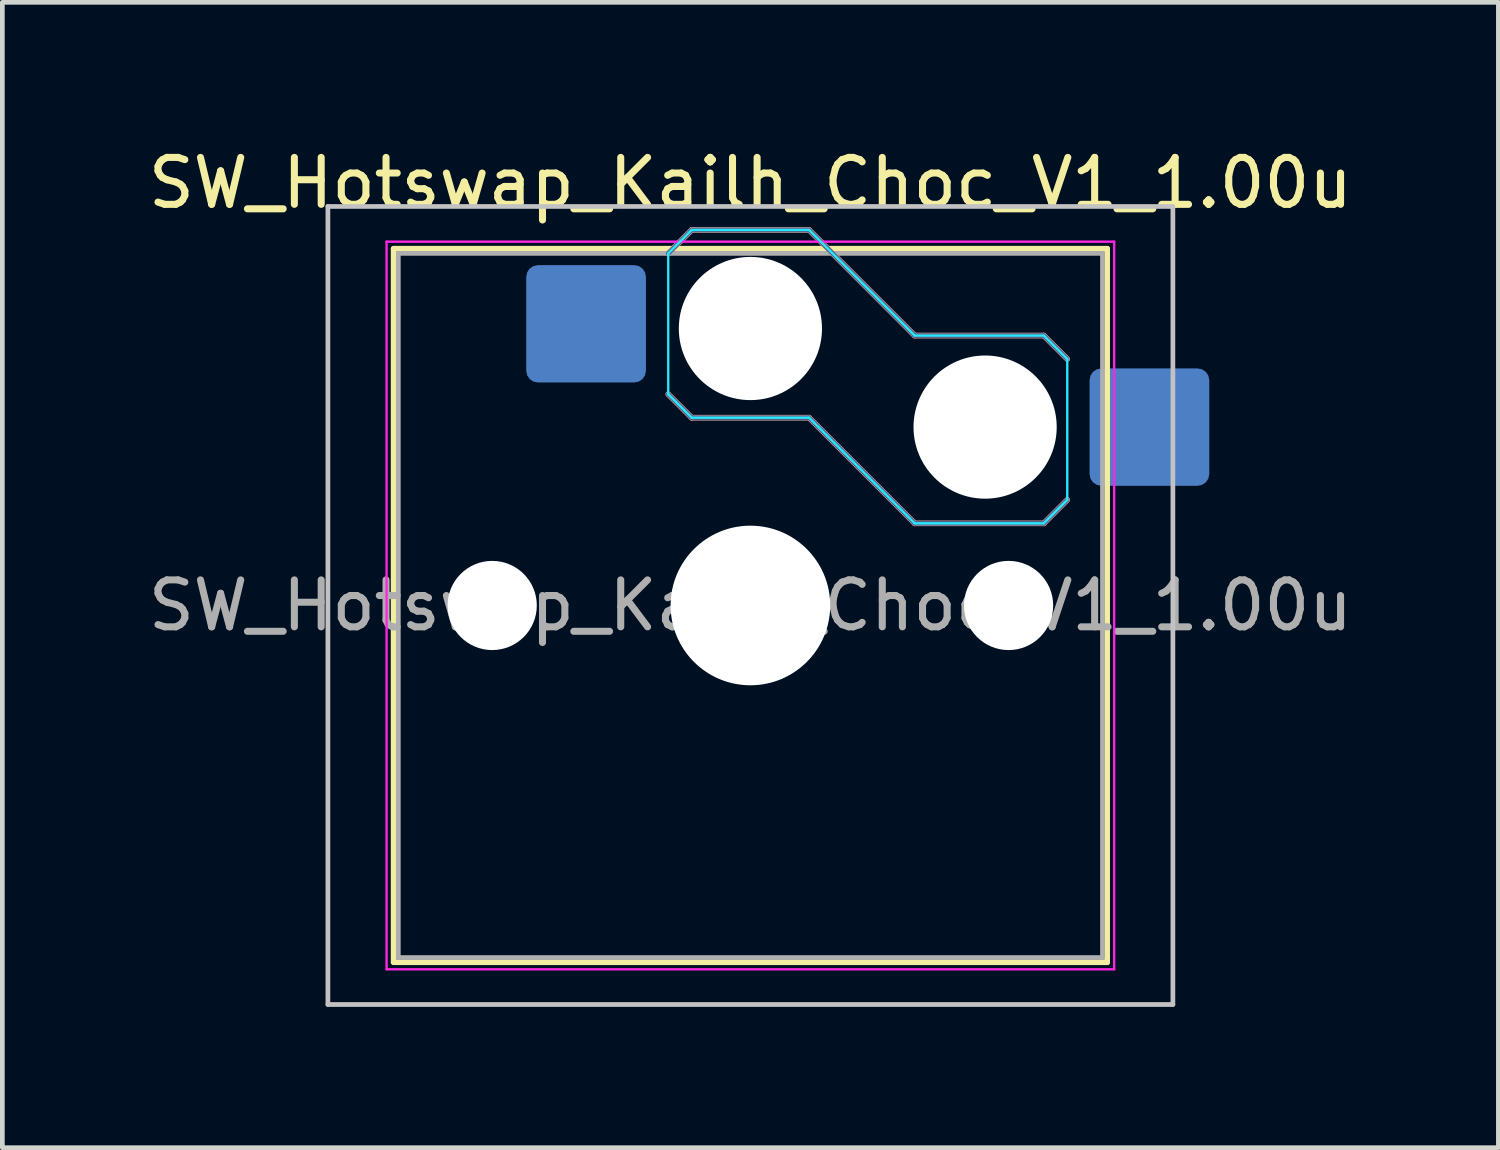
<source format=kicad_pcb>
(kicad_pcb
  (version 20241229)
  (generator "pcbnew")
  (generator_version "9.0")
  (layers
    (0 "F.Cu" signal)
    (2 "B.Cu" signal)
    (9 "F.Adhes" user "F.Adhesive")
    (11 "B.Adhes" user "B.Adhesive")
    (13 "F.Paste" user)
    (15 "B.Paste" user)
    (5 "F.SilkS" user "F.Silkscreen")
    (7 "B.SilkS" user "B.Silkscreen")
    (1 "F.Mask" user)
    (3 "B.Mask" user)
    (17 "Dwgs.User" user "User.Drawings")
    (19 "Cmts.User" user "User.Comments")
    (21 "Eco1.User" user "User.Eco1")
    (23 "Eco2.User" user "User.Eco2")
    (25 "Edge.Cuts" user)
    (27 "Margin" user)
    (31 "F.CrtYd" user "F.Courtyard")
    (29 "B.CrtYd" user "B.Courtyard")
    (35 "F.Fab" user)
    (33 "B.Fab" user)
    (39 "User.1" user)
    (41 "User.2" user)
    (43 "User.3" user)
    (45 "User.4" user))
  (footprint "SW_Hotswap_Kailh_Choc_V1_1.00u"
    (layer "F.Cu")
    (at 12.935 9.848)
    (property "Reference" "SW_Hotswap_Kailh_Choc_V1_1.00u" (at 0 -9 0) (layer "F.SilkS") (effects (font (size 1 1) (thickness 0.15))))
    (attr smd)
    (fp_line (start -7.6 -7.6) (end -7.6 7.6) (stroke (width 0.12) (type solid)) (layer "F.SilkS"))
    (fp_line (start -7.6 7.6) (end 7.6 7.6) (stroke (width 0.12) (type solid)) (layer "F.SilkS"))
    (fp_line (start 7.6 -7.6) (end -7.6 -7.6) (stroke (width 0.12) (type solid)) (layer "F.SilkS"))
    (fp_line (start 7.6 7.6) (end 7.6 -7.6) (stroke (width 0.12) (type solid)) (layer "F.SilkS"))
    (fp_line (start -1.75 -7.5) (end -1.25 -8) (stroke (width 0.12) (type solid)) (layer "B.SilkS"))
    (fp_line (start -1.25 -8) (end 1.25 -8) (stroke (width 0.12) (type solid)) (layer "B.SilkS"))
    (fp_line (start -1.25 -4) (end -1.75 -4.5) (stroke (width 0.12) (type solid)) (layer "B.SilkS"))
    (fp_line (start 1.25 -8) (end 3.5 -5.75) (stroke (width 0.12) (type solid)) (layer "B.SilkS"))
    (fp_line (start 1.25 -4) (end -1.25 -4) (stroke (width 0.12) (type solid)) (layer "B.SilkS"))
    (fp_line (start 3.5 -5.75) (end 6.25 -5.75) (stroke (width 0.12) (type solid)) (layer "B.SilkS"))
    (fp_line (start 3.5 -1.75) (end 1.25 -4) (stroke (width 0.12) (type solid)) (layer "B.SilkS"))
    (fp_line (start 6.25 -5.75) (end 6.75 -5.25) (stroke (width 0.12) (type solid)) (layer "B.SilkS"))
    (fp_line (start 6.25 -1.75) (end 3.5 -1.75) (stroke (width 0.12) (type solid)) (layer "B.SilkS"))
    (fp_line (start 6.75 -2.25) (end 6.25 -1.75) (stroke (width 0.12) (type solid)) (layer "B.SilkS"))
    (fp_line (start -9 -8.5) (end -9 8.5) (stroke (width 0.1) (type solid)) (layer "Dwgs.User"))
    (fp_line (start -9 8.5) (end 9 8.5) (stroke (width 0.1) (type solid)) (layer "Dwgs.User"))
    (fp_line (start 9 -8.5) (end -9 -8.5) (stroke (width 0.1) (type solid)) (layer "Dwgs.User"))
    (fp_line (start 9 8.5) (end 9 -8.5) (stroke (width 0.1) (type solid)) (layer "Dwgs.User"))
    (fp_line (start -7.25 -7.25) (end -7.25 7.25) (stroke (width 0.1) (type solid)) (layer "Eco1.User"))
    (fp_line (start -7.25 7.25) (end 7.25 7.25) (stroke (width 0.1) (type solid)) (layer "Eco1.User"))
    (fp_line (start 7.25 -7.25) (end -7.25 -7.25) (stroke (width 0.1) (type solid)) (layer "Eco1.User"))
    (fp_line (start 7.25 7.25) (end 7.25 -7.25) (stroke (width 0.1) (type solid)) (layer "Eco1.User"))
    (fp_line (start -1.75 -7.5) (end -1.25 -8) (stroke (width 0.05) (type solid)) (layer "B.CrtYd"))
    (fp_line (start -1.75 -4.5) (end -1.75 -7.5) (stroke (width 0.05) (type solid)) (layer "B.CrtYd"))
    (fp_line (start -1.25 -8) (end 1.25 -8) (stroke (width 0.05) (type solid)) (layer "B.CrtYd"))
    (fp_line (start -1.25 -4) (end -1.75 -4.5) (stroke (width 0.05) (type solid)) (layer "B.CrtYd"))
    (fp_line (start 1.25 -8) (end 3.5 -5.75) (stroke (width 0.05) (type solid)) (layer "B.CrtYd"))
    (fp_line (start 1.25 -4) (end -1.25 -4) (stroke (width 0.05) (type solid)) (layer "B.CrtYd"))
    (fp_line (start 3.5 -5.75) (end 6.25 -5.75) (stroke (width 0.05) (type solid)) (layer "B.CrtYd"))
    (fp_line (start 3.5 -1.75) (end 1.25 -4) (stroke (width 0.05) (type solid)) (layer "B.CrtYd"))
    (fp_line (start 6.25 -5.75) (end 6.75 -5.25) (stroke (width 0.05) (type solid)) (layer "B.CrtYd"))
    (fp_line (start 6.25 -1.75) (end 3.5 -1.75) (stroke (width 0.05) (type solid)) (layer "B.CrtYd"))
    (fp_line (start 6.75 -5.25) (end 6.75 -2.25) (stroke (width 0.05) (type solid)) (layer "B.CrtYd"))
    (fp_line (start 6.75 -2.25) (end 6.25 -1.75) (stroke (width 0.05) (type solid)) (layer "B.CrtYd"))
    (fp_line (start -7.75 -7.75) (end -7.75 7.75) (stroke (width 0.05) (type solid)) (layer "F.CrtYd"))
    (fp_line (start -7.75 7.75) (end 7.75 7.75) (stroke (width 0.05) (type solid)) (layer "F.CrtYd"))
    (fp_line (start 7.75 -7.75) (end -7.75 -7.75) (stroke (width 0.05) (type solid)) (layer "F.CrtYd"))
    (fp_line (start 7.75 7.75) (end 7.75 -7.75) (stroke (width 0.05) (type solid)) (layer "F.CrtYd"))
    (fp_line (start -1.75 -7.5) (end -1.25 -8) (stroke (width 0.1) (type solid)) (layer "B.Fab"))
    (fp_line (start -1.25 -8) (end 1.25 -8) (stroke (width 0.1) (type solid)) (layer "B.Fab"))
    (fp_line (start -1.25 -4) (end -1.75 -4.5) (stroke (width 0.1) (type solid)) (layer "B.Fab"))
    (fp_line (start 1.25 -8) (end 3.5 -5.75) (stroke (width 0.1) (type solid)) (layer "B.Fab"))
    (fp_line (start 1.25 -4) (end -1.25 -4) (stroke (width 0.1) (type solid)) (layer "B.Fab"))
    (fp_line (start 3.5 -5.75) (end 6.25 -5.75) (stroke (width 0.1) (type solid)) (layer "B.Fab"))
    (fp_line (start 3.5 -1.75) (end 1.25 -4) (stroke (width 0.1) (type solid)) (layer "B.Fab"))
    (fp_line (start 6.25 -5.75) (end 6.75 -5.25) (stroke (width 0.1) (type solid)) (layer "B.Fab"))
    (fp_line (start 6.25 -1.75) (end 3.5 -1.75) (stroke (width 0.1) (type solid)) (layer "B.Fab"))
    (fp_line (start 6.75 -2.25) (end 6.25 -1.75) (stroke (width 0.1) (type solid)) (layer "B.Fab"))
    (fp_line (start -7.5 -7.5) (end -7.5 7.5) (stroke (width 0.1) (type solid)) (layer "F.Fab"))
    (fp_line (start -7.5 7.5) (end 7.5 7.5) (stroke (width 0.1) (type solid)) (layer "F.Fab"))
    (fp_line (start 7.5 -7.5) (end -7.5 -7.5) (stroke (width 0.1) (type solid)) (layer "F.Fab"))
    (fp_line (start 7.5 7.5) (end 7.5 -7.5) (stroke (width 0.1) (type solid)) (layer "F.Fab"))
    (fp_text user "${REFERENCE}" (at 0 0 0) (layer "F.Fab") (effects (font (size 1 1) (thickness 0.15))))
    (pad "" np_thru_hole circle (at -5.5 0) (size 1.9 1.9) (drill 1.9) (layers "*.Cu" "*.Mask"))
    (pad "" np_thru_hole circle (at 0 -5.9) (size 3.05 3.05) (drill 3.05) (layers "*.Cu" "*.Mask"))
    (pad "" np_thru_hole circle (at 0 0) (size 3.4 3.4) (drill 3.4) (layers "*.Cu" "*.Mask"))
    (pad "" np_thru_hole circle (at 5 -3.8) (size 3.05 3.05) (drill 3.05) (layers "*.Cu" "*.Mask"))
    (pad "" np_thru_hole circle (at 5.5 0) (size 1.9 1.9) (drill 1.9) (layers "*.Cu" "*.Mask"))
    (pad "1" smd roundrect (at -3.5 -6) (size 2.55 2.5) (layers "B.Cu" "B.Mask" "B.Paste") (roundrect_rratio 0.1))
    (pad "2" smd roundrect (at 8.5 -3.8) (size 2.55 2.5) (layers "B.Cu" "B.Mask" "B.Paste") (roundrect_rratio 0.1)))
  (gr_rect
    (start -3 -3)
    (end 28.869 21.398)
    (stroke (width 0.1) (type default))
    (fill no)
    (layer "Edge.Cuts")))
</source>
